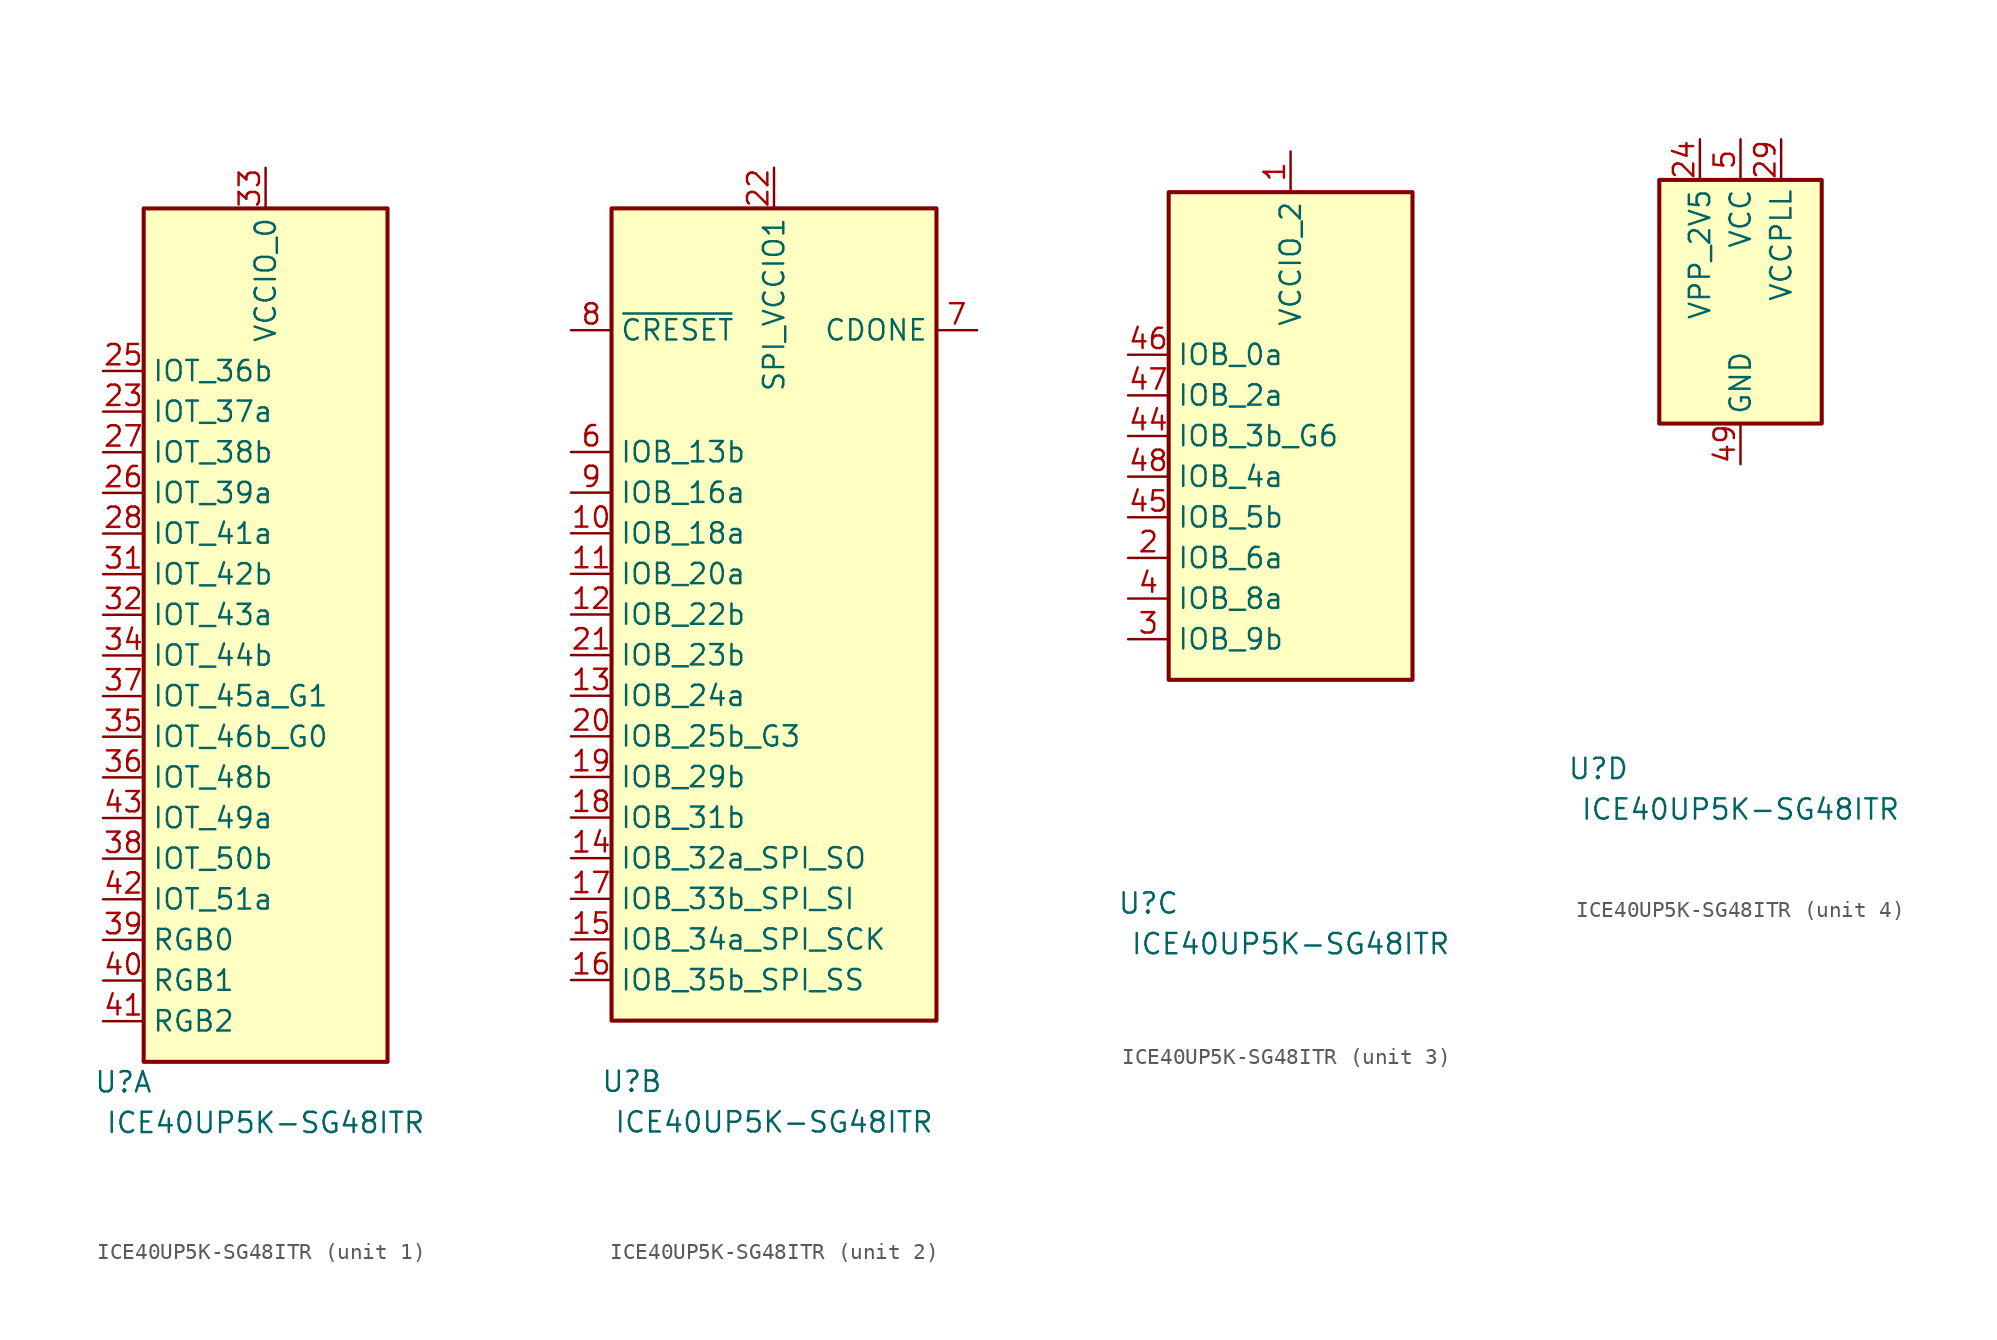
<source format=kicad_sym>
(kicad_symbol_lib
  (version 20201005)
  (generator kicad_symbol_editor)
  (symbol "ICE40UP5K-SG48ITR"
    (property "Reference" "U"
      (at -8.89 -29.21 0)
      (effects (font (size 1.27 1.27))))
    (property "Value" "ICE40UP5K-SG48ITR"
      (at 0 -31.75 0)
      (effects (font (size 1.27 1.27))))
    (property "ki_locked" ""
      (at 0 0 0)
      (effects (font (size 1.27 1.27))))
    (symbol "ICE40UP5K-SG48ITR_1_1"
      (rectangle (start -7.62 25.4) (end 7.62 -27.94) (stroke (width 0.254)) (fill (type background)))
      (pin bidirectional line (at -10.16 12.7 0) (length 2.54) (name "IOT_37a" (effects (font (size 1.27 1.27)))) (number "23" (effects (font (size 1.27 1.27)))))
      (pin bidirectional line (at -10.16 15.24 0) (length 2.54) (name "IOT_36b" (effects (font (size 1.27 1.27)))) (number "25" (effects (font (size 1.27 1.27)))))
      (pin bidirectional line (at -10.16 7.62 0) (length 2.54) (name "IOT_39a" (effects (font (size 1.27 1.27)))) (number "26" (effects (font (size 1.27 1.27)))))
      (pin bidirectional line (at -10.16 10.16 0) (length 2.54) (name "IOT_38b" (effects (font (size 1.27 1.27)))) (number "27" (effects (font (size 1.27 1.27)))))
      (pin bidirectional line (at -10.16 5.08 0) (length 2.54) (name "IOT_41a" (effects (font (size 1.27 1.27)))) (number "28" (effects (font (size 1.27 1.27)))))
      (pin bidirectional line (at -10.16 2.54 0) (length 2.54) (name "IOT_42b" (effects (font (size 1.27 1.27)))) (number "31" (effects (font (size 1.27 1.27)))))
      (pin bidirectional line (at -10.16 0 0) (length 2.54) (name "IOT_43a" (effects (font (size 1.27 1.27)))) (number "32" (effects (font (size 1.27 1.27)))))
      (pin power_in line (at 0 27.94 270) (length 2.54) (name "VCCIO_0" (effects (font (size 1.27 1.27)))) (number "33" (effects (font (size 1.27 1.27)))))
      (pin bidirectional line (at -10.16 -2.54 0) (length 2.54) (name "IOT_44b" (effects (font (size 1.27 1.27)))) (number "34" (effects (font (size 1.27 1.27)))))
      (pin bidirectional line (at -10.16 -7.62 0) (length 2.54) (name "IOT_46b_G0" (effects (font (size 1.27 1.27)))) (number "35" (effects (font (size 1.27 1.27)))))
      (pin bidirectional line (at -10.16 -10.16 0) (length 2.54) (name "IOT_48b" (effects (font (size 1.27 1.27)))) (number "36" (effects (font (size 1.27 1.27)))))
      (pin bidirectional line (at -10.16 -5.08 0) (length 2.54) (name "IOT_45a_G1" (effects (font (size 1.27 1.27)))) (number "37" (effects (font (size 1.27 1.27)))))
      (pin bidirectional line (at -10.16 -15.24 0) (length 2.54) (name "IOT_50b" (effects (font (size 1.27 1.27)))) (number "38" (effects (font (size 1.27 1.27)))))
      (pin open_collector line (at -10.16 -20.32 0) (length 2.54) (name "RGB0" (effects (font (size 1.27 1.27)))) (number "39" (effects (font (size 1.27 1.27)))))
      (pin open_collector line (at -10.16 -22.86 0) (length 2.54) (name "RGB1" (effects (font (size 1.27 1.27)))) (number "40" (effects (font (size 1.27 1.27)))))
      (pin open_collector line (at -10.16 -25.4 0) (length 2.54) (name "RGB2" (effects (font (size 1.27 1.27)))) (number "41" (effects (font (size 1.27 1.27)))))
      (pin bidirectional line (at -10.16 -17.78 0) (length 2.54) (name "IOT_51a" (effects (font (size 1.27 1.27)))) (number "42" (effects (font (size 1.27 1.27)))))
      (pin bidirectional line (at -10.16 -12.7 0) (length 2.54) (name "IOT_49a" (effects (font (size 1.27 1.27)))) (number "43" (effects (font (size 1.27 1.27))))))
    (symbol "ICE40UP5K-SG48ITR_2_1"
      (rectangle (start -10.16 25.4) (end 10.16 -25.4) (stroke (width 0.254)) (fill (type background)))
      (pin bidirectional line (at -12.7 5.08 0) (length 2.54) (name "IOB_18a" (effects (font (size 1.27 1.27)))) (number "10" (effects (font (size 1.27 1.27)))))
      (pin bidirectional line (at -12.7 2.54 0) (length 2.54) (name "IOB_20a" (effects (font (size 1.27 1.27)))) (number "11" (effects (font (size 1.27 1.27)))))
      (pin bidirectional line (at -12.7 0 0) (length 2.54) (name "IOB_22b" (effects (font (size 1.27 1.27)))) (number "12" (effects (font (size 1.27 1.27)))))
      (pin bidirectional line (at -12.7 -5.08 0) (length 2.54) (name "IOB_24a" (effects (font (size 1.27 1.27)))) (number "13" (effects (font (size 1.27 1.27)))))
      (pin bidirectional line (at -12.7 -15.24 0) (length 2.54) (name "IOB_32a_SPI_SO" (effects (font (size 1.27 1.27)))) (number "14" (effects (font (size 1.27 1.27)))))
      (pin bidirectional line (at -12.7 -20.32 0) (length 2.54) (name "IOB_34a_SPI_SCK" (effects (font (size 1.27 1.27)))) (number "15" (effects (font (size 1.27 1.27)))))
      (pin bidirectional line (at -12.7 -22.86 0) (length 2.54) (name "IOB_35b_SPI_SS" (effects (font (size 1.27 1.27)))) (number "16" (effects (font (size 1.27 1.27)))))
      (pin bidirectional line (at -12.7 -17.78 0) (length 2.54) (name "IOB_33b_SPI_SI" (effects (font (size 1.27 1.27)))) (number "17" (effects (font (size 1.27 1.27)))))
      (pin bidirectional line (at -12.7 -12.7 0) (length 2.54) (name "IOB_31b" (effects (font (size 1.27 1.27)))) (number "18" (effects (font (size 1.27 1.27)))))
      (pin bidirectional line (at -12.7 -10.16 0) (length 2.54) (name "IOB_29b" (effects (font (size 1.27 1.27)))) (number "19" (effects (font (size 1.27 1.27)))))
      (pin bidirectional line (at -12.7 -7.62 0) (length 2.54) (name "IOB_25b_G3" (effects (font (size 1.27 1.27)))) (number "20" (effects (font (size 1.27 1.27)))))
      (pin bidirectional line (at -12.7 -2.54 0) (length 2.54) (name "IOB_23b" (effects (font (size 1.27 1.27)))) (number "21" (effects (font (size 1.27 1.27)))))
      (pin power_in line (at 0 27.94 270) (length 2.54) (name "SPI_VCCIO1" (effects (font (size 1.27 1.27)))) (number "22" (effects (font (size 1.27 1.27)))))
      (pin bidirectional line (at -12.7 10.16 0) (length 2.54) (name "IOB_13b" (effects (font (size 1.27 1.27)))) (number "6" (effects (font (size 1.27 1.27)))))
      (pin open_collector line (at 12.7 17.78 180) (length 2.54) (name "CDONE" (effects (font (size 1.27 1.27)))) (number "7" (effects (font (size 1.27 1.27)))))
      (pin input line (at -12.7 17.78 0) (length 2.54) (name "~CRESET" (effects (font (size 1.27 1.27)))) (number "8" (effects (font (size 1.27 1.27)))))
      (pin bidirectional line (at -12.7 7.62 0) (length 2.54) (name "IOB_16a" (effects (font (size 1.27 1.27)))) (number "9" (effects (font (size 1.27 1.27))))))
    (symbol "ICE40UP5K-SG48ITR_3_1"
      (rectangle (start -7.62 15.24) (end 7.62 -15.24) (stroke (width 0.254)) (fill (type background)))
      (pin power_in line (at 0 17.78 270) (length 2.54) (name "VCCIO_2" (effects (font (size 1.27 1.27)))) (number "1" (effects (font (size 1.27 1.27)))))
      (pin bidirectional line (at -10.16 -7.62 0) (length 2.54) (name "IOB_6a" (effects (font (size 1.27 1.27)))) (number "2" (effects (font (size 1.27 1.27)))))
      (pin bidirectional line (at -10.16 -12.7 0) (length 2.54) (name "IOB_9b" (effects (font (size 1.27 1.27)))) (number "3" (effects (font (size 1.27 1.27)))))
      (pin bidirectional line (at -10.16 -10.16 0) (length 2.54) (name "IOB_8a" (effects (font (size 1.27 1.27)))) (number "4" (effects (font (size 1.27 1.27)))))
      (pin bidirectional line (at -10.16 0 0) (length 2.54) (name "IOB_3b_G6" (effects (font (size 1.27 1.27)))) (number "44" (effects (font (size 1.27 1.27)))))
      (pin bidirectional line (at -10.16 -5.08 0) (length 2.54) (name "IOB_5b" (effects (font (size 1.27 1.27)))) (number "45" (effects (font (size 1.27 1.27)))))
      (pin bidirectional line (at -10.16 5.08 0) (length 2.54) (name "IOB_0a" (effects (font (size 1.27 1.27)))) (number "46" (effects (font (size 1.27 1.27)))))
      (pin bidirectional line (at -10.16 2.54 0) (length 2.54) (name "IOB_2a" (effects (font (size 1.27 1.27)))) (number "47" (effects (font (size 1.27 1.27)))))
      (pin bidirectional line (at -10.16 -2.54 0) (length 2.54) (name "IOB_4a" (effects (font (size 1.27 1.27)))) (number "48" (effects (font (size 1.27 1.27))))))
    (symbol "ICE40UP5K-SG48ITR_4_1"
      (rectangle (start -5.08 7.62) (end 5.08 -7.62) (stroke (width 0.254)) (fill (type background)))
      (pin power_in line (at -2.54 10.16 270) (length 2.54) (name "VPP_2V5" (effects (font (size 1.27 1.27)))) (number "24" (effects (font (size 1.27 1.27)))))
      (pin power_out line (at 2.54 10.16 270) (length 2.54) (name "VCCPLL" (effects (font (size 1.27 1.27)))) (number "29" (effects (font (size 1.27 1.27)))))
      (pin passive line (at 0 10.16 270) (length 2.54) hide (name "VCC" (effects (font (size 1.27 1.27)))) (number "30" (effects (font (size 1.27 1.27)))))
      (pin power_in line (at 0 -10.16 90) (length 2.54) (name "GND" (effects (font (size 1.27 1.27)))) (number "49" (effects (font (size 1.27 1.27)))))
      (pin power_in line (at 0 10.16 270) (length 2.54) (name "VCC" (effects (font (size 1.27 1.27)))) (number "5" (effects (font (size 1.27 1.27))))))))
</source>
